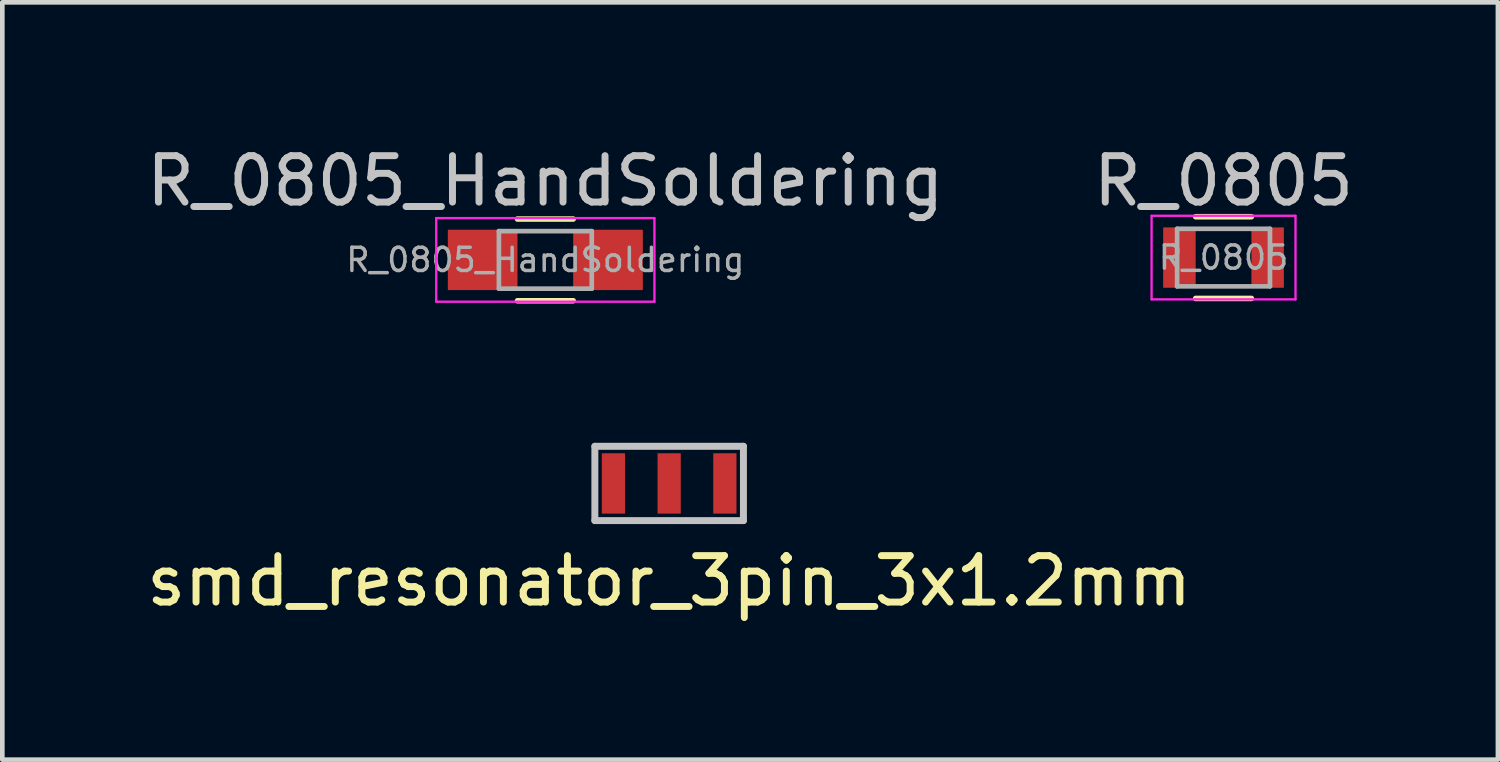
<source format=kicad_pcb>
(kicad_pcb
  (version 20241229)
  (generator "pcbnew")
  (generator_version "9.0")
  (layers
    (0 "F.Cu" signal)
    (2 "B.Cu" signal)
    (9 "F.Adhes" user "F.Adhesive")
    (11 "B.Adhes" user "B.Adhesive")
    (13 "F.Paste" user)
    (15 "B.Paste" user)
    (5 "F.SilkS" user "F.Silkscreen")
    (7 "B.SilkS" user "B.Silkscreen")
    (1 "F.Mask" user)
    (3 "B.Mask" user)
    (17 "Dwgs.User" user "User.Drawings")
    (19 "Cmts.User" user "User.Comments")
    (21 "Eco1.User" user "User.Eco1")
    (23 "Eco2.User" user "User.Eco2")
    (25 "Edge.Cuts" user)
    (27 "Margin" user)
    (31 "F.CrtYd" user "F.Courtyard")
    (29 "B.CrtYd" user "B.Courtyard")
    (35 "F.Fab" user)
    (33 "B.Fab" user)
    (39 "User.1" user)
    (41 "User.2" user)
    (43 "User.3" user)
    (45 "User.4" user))
  (footprint "smd_resonator_3pin_3x1.2mm"
    (layer "F.Cu")
    (at 11.363 7.363)
    (property "Reference" "smd_resonator_3pin_3x1.2mm" (at 0 2.1 0) (layer "F.SilkS") (effects (font (size 1 1) (thickness 0.15))))
    (attr through_hole)
    (fp_line (start -1.6 -0.8) (end -1.6 0.8) (stroke (width 0.15) (type solid)) (layer "Dwgs.User"))
    (fp_line (start -1.6 0.8) (end 1.6 0.8) (stroke (width 0.15) (type solid)) (layer "Dwgs.User"))
    (fp_line (start 1.6 -0.8) (end -1.6 -0.8) (stroke (width 0.15) (type solid)) (layer "Dwgs.User"))
    (fp_line (start 1.6 0.8) (end 1.6 -0.8) (stroke (width 0.15) (type solid)) (layer "Dwgs.User"))
    (pad "1" smd rect (at -1.2 0) (size 0.5 1.3) (layers "F.Cu" "F.Mask" "F.Paste"))
    (pad "2" smd rect (at 1.2 0) (size 0.5 1.3) (layers "F.Cu" "F.Mask" "F.Paste"))
    (pad "3" smd rect (at 0 0) (size 0.5 1.3) (layers "F.Cu" "F.Mask" "F.Paste")))
  (footprint "R_0805"
    (layer "F.Cu")
    (at 23.304 2.498)
    (property "Reference" "R_0805" (at 0 -1.65 0) (layer "Dwgs.User") (effects (font (size 1 1) (thickness 0.15))))
    (attr smd)
    (fp_line (start -0.6 -0.88) (end 0.6 -0.88) (stroke (width 0.12) (type solid)) (layer "F.SilkS"))
    (fp_line (start 0.6 0.88) (end -0.6 0.88) (stroke (width 0.12) (type solid)) (layer "F.SilkS"))
    (fp_line (start -1.55 -0.9) (end -1.55 0.9) (stroke (width 0.05) (type solid)) (layer "F.CrtYd"))
    (fp_line (start -1.55 -0.9) (end 1.55 -0.9) (stroke (width 0.05) (type solid)) (layer "F.CrtYd"))
    (fp_line (start 1.55 0.9) (end -1.55 0.9) (stroke (width 0.05) (type solid)) (layer "F.CrtYd"))
    (fp_line (start 1.55 0.9) (end 1.55 -0.9) (stroke (width 0.05) (type solid)) (layer "F.CrtYd"))
    (fp_line (start -1 -0.62) (end 1 -0.62) (stroke (width 0.1) (type solid)) (layer "F.Fab"))
    (fp_line (start -1 0.62) (end -1 -0.62) (stroke (width 0.1) (type solid)) (layer "F.Fab"))
    (fp_line (start 1 -0.62) (end 1 0.62) (stroke (width 0.1) (type solid)) (layer "F.Fab"))
    (fp_line (start 1 0.62) (end -1 0.62) (stroke (width 0.1) (type solid)) (layer "F.Fab"))
    (fp_text user "${REFERENCE}" (at 0 0 0) (layer "F.Fab") (effects (font (size 0.5 0.5) (thickness 0.075))))
    (pad "1" smd rect (at -0.95 0) (size 0.7 1.3) (layers "F.Cu" "F.Mask" "F.Paste"))
    (pad "2" smd rect (at 0.95 0) (size 0.7 1.3) (layers "F.Cu" "F.Mask" "F.Paste")))
  (footprint "R_0805_HandSoldering"
    (layer "F.Cu")
    (at 8.696 2.548)
    (property "Reference" "R_0805_HandSoldering" (at 0 -1.7 0) (layer "Dwgs.User") (effects (font (size 1 1) (thickness 0.15))))
    (attr smd)
    (fp_line (start -0.6 -0.88) (end 0.6 -0.88) (stroke (width 0.12) (type solid)) (layer "F.SilkS"))
    (fp_line (start 0.6 0.88) (end -0.6 0.88) (stroke (width 0.12) (type solid)) (layer "F.SilkS"))
    (fp_line (start -2.35 -0.9) (end -2.35 0.9) (stroke (width 0.05) (type solid)) (layer "F.CrtYd"))
    (fp_line (start -2.35 -0.9) (end 2.35 -0.9) (stroke (width 0.05) (type solid)) (layer "F.CrtYd"))
    (fp_line (start 2.35 0.9) (end -2.35 0.9) (stroke (width 0.05) (type solid)) (layer "F.CrtYd"))
    (fp_line (start 2.35 0.9) (end 2.35 -0.9) (stroke (width 0.05) (type solid)) (layer "F.CrtYd"))
    (fp_line (start -1 -0.62) (end 1 -0.62) (stroke (width 0.1) (type solid)) (layer "F.Fab"))
    (fp_line (start -1 0.62) (end -1 -0.62) (stroke (width 0.1) (type solid)) (layer "F.Fab"))
    (fp_line (start 1 -0.62) (end 1 0.62) (stroke (width 0.1) (type solid)) (layer "F.Fab"))
    (fp_line (start 1 0.62) (end -1 0.62) (stroke (width 0.1) (type solid)) (layer "F.Fab"))
    (fp_text user "${REFERENCE}" (at 0 0 0) (layer "F.Fab") (effects (font (size 0.5 0.5) (thickness 0.075))))
    (pad "1" smd rect (at -1.35 0) (size 1.5 1.3) (layers "F.Cu" "F.Mask" "F.Paste"))
    (pad "2" smd rect (at 1.35 0) (size 1.5 1.3) (layers "F.Cu" "F.Mask" "F.Paste")))
  (gr_rect
    (start -3 -3)
    (end 29.214 13.312)
    (stroke (width 0.1) (type default))
    (fill no)
    (layer "Edge.Cuts")))
</source>
